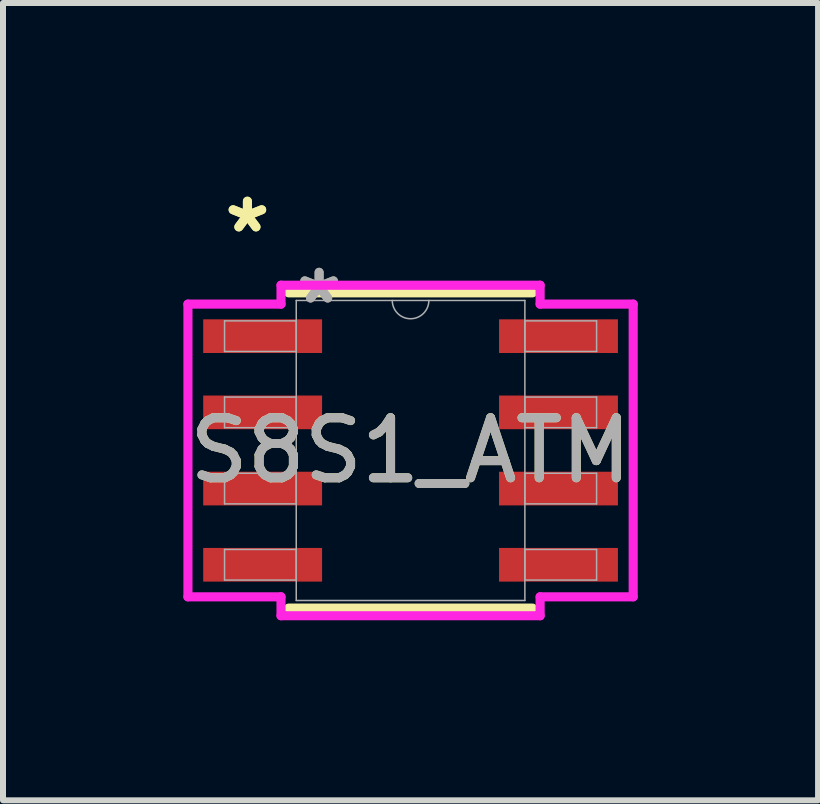
<source format=kicad_pcb>
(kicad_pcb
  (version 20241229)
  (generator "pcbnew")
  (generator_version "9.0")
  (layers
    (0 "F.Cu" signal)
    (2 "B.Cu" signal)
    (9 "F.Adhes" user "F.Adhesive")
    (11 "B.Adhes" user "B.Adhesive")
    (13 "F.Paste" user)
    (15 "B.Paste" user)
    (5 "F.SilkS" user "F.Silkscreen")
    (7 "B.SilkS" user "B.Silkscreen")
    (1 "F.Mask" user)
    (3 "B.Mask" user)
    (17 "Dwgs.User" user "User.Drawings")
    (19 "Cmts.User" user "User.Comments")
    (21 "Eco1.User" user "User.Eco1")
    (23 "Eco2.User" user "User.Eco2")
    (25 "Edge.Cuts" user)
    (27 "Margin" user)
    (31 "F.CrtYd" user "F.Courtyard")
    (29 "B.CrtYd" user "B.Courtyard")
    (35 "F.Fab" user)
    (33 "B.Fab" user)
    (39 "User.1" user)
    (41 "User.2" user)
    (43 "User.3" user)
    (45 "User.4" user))
  (footprint "S8S1_ATM"
    (layer "F.Cu")
    (at 3.792 4.457)
    (property "Reference" "S8S1_ATM" (at 0 0 0) (unlocked yes) (layer "F.SilkS") (effects (font (size 1 1) (thickness 0.15))))
    (attr smd)
    (fp_line (start -2.032 2.627) (end 2.032 2.627) (stroke (width 0.152) (type solid)) (layer "F.SilkS"))
    (fp_line (start 2.032 -2.627) (end -2.032 -2.627) (stroke (width 0.152) (type solid)) (layer "F.SilkS"))
    (fp_line (start -3.71 -2.439) (end -2.159 -2.439) (stroke (width 0.152) (type solid)) (layer "F.CrtYd"))
    (fp_line (start -3.71 2.439) (end -3.71 -2.439) (stroke (width 0.152) (type solid)) (layer "F.CrtYd"))
    (fp_line (start -3.71 2.439) (end -2.159 2.439) (stroke (width 0.152) (type solid)) (layer "F.CrtYd"))
    (fp_line (start -2.159 -2.754) (end 2.159 -2.754) (stroke (width 0.152) (type solid)) (layer "F.CrtYd"))
    (fp_line (start -2.159 -2.439) (end -2.159 -2.754) (stroke (width 0.152) (type solid)) (layer "F.CrtYd"))
    (fp_line (start -2.159 2.754) (end -2.159 2.439) (stroke (width 0.152) (type solid)) (layer "F.CrtYd"))
    (fp_line (start 2.159 -2.754) (end 2.159 -2.439) (stroke (width 0.152) (type solid)) (layer "F.CrtYd"))
    (fp_line (start 2.159 2.439) (end 2.159 2.754) (stroke (width 0.152) (type solid)) (layer "F.CrtYd"))
    (fp_line (start 2.159 2.754) (end -2.159 2.754) (stroke (width 0.152) (type solid)) (layer "F.CrtYd"))
    (fp_line (start 3.71 -2.439) (end 2.159 -2.439) (stroke (width 0.152) (type solid)) (layer "F.CrtYd"))
    (fp_line (start 3.71 -2.439) (end 3.71 2.439) (stroke (width 0.152) (type solid)) (layer "F.CrtYd"))
    (fp_line (start 3.71 2.439) (end 2.159 2.439) (stroke (width 0.152) (type solid)) (layer "F.CrtYd"))
    (fp_line (start -3.1 -2.16) (end -3.1 -1.65) (stroke (width 0.025) (type solid)) (layer "F.Fab"))
    (fp_line (start -3.1 -1.65) (end -1.905 -1.65) (stroke (width 0.025) (type solid)) (layer "F.Fab"))
    (fp_line (start -3.1 -0.89) (end -3.1 -0.38) (stroke (width 0.025) (type solid)) (layer "F.Fab"))
    (fp_line (start -3.1 -0.38) (end -1.905 -0.38) (stroke (width 0.025) (type solid)) (layer "F.Fab"))
    (fp_line (start -3.1 0.38) (end -3.1 0.89) (stroke (width 0.025) (type solid)) (layer "F.Fab"))
    (fp_line (start -3.1 0.89) (end -1.905 0.89) (stroke (width 0.025) (type solid)) (layer "F.Fab"))
    (fp_line (start -3.1 1.65) (end -3.1 2.16) (stroke (width 0.025) (type solid)) (layer "F.Fab"))
    (fp_line (start -3.1 2.16) (end -1.905 2.16) (stroke (width 0.025) (type solid)) (layer "F.Fab"))
    (fp_line (start -1.905 -2.5) (end -1.905 2.5) (stroke (width 0.025) (type solid)) (layer "F.Fab"))
    (fp_line (start -1.905 -2.16) (end -3.1 -2.16) (stroke (width 0.025) (type solid)) (layer "F.Fab"))
    (fp_line (start -1.905 -1.65) (end -1.905 -2.16) (stroke (width 0.025) (type solid)) (layer "F.Fab"))
    (fp_line (start -1.905 -0.89) (end -3.1 -0.89) (stroke (width 0.025) (type solid)) (layer "F.Fab"))
    (fp_line (start -1.905 -0.38) (end -1.905 -0.89) (stroke (width 0.025) (type solid)) (layer "F.Fab"))
    (fp_line (start -1.905 0.38) (end -3.1 0.38) (stroke (width 0.025) (type solid)) (layer "F.Fab"))
    (fp_line (start -1.905 0.89) (end -1.905 0.38) (stroke (width 0.025) (type solid)) (layer "F.Fab"))
    (fp_line (start -1.905 1.65) (end -3.1 1.65) (stroke (width 0.025) (type solid)) (layer "F.Fab"))
    (fp_line (start -1.905 2.16) (end -1.905 1.65) (stroke (width 0.025) (type solid)) (layer "F.Fab"))
    (fp_line (start -1.905 2.5) (end 1.905 2.5) (stroke (width 0.025) (type solid)) (layer "F.Fab"))
    (fp_line (start 1.905 -2.5) (end -1.905 -2.5) (stroke (width 0.025) (type solid)) (layer "F.Fab"))
    (fp_line (start 1.905 -2.16) (end 1.905 -1.65) (stroke (width 0.025) (type solid)) (layer "F.Fab"))
    (fp_line (start 1.905 -1.65) (end 3.1 -1.65) (stroke (width 0.025) (type solid)) (layer "F.Fab"))
    (fp_line (start 1.905 -0.89) (end 1.905 -0.38) (stroke (width 0.025) (type solid)) (layer "F.Fab"))
    (fp_line (start 1.905 -0.38) (end 3.1 -0.38) (stroke (width 0.025) (type solid)) (layer "F.Fab"))
    (fp_line (start 1.905 0.38) (end 1.905 0.89) (stroke (width 0.025) (type solid)) (layer "F.Fab"))
    (fp_line (start 1.905 0.89) (end 3.1 0.89) (stroke (width 0.025) (type solid)) (layer "F.Fab"))
    (fp_line (start 1.905 1.65) (end 1.905 2.16) (stroke (width 0.025) (type solid)) (layer "F.Fab"))
    (fp_line (start 1.905 2.16) (end 3.1 2.16) (stroke (width 0.025) (type solid)) (layer "F.Fab"))
    (fp_line (start 1.905 2.5) (end 1.905 -2.5) (stroke (width 0.025) (type solid)) (layer "F.Fab"))
    (fp_line (start 3.1 -2.16) (end 1.905 -2.16) (stroke (width 0.025) (type solid)) (layer "F.Fab"))
    (fp_line (start 3.1 -1.65) (end 3.1 -2.16) (stroke (width 0.025) (type solid)) (layer "F.Fab"))
    (fp_line (start 3.1 -0.89) (end 1.905 -0.89) (stroke (width 0.025) (type solid)) (layer "F.Fab"))
    (fp_line (start 3.1 -0.38) (end 3.1 -0.89) (stroke (width 0.025) (type solid)) (layer "F.Fab"))
    (fp_line (start 3.1 0.38) (end 1.905 0.38) (stroke (width 0.025) (type solid)) (layer "F.Fab"))
    (fp_line (start 3.1 0.89) (end 3.1 0.38) (stroke (width 0.025) (type solid)) (layer "F.Fab"))
    (fp_line (start 3.1 1.65) (end 1.905 1.65) (stroke (width 0.025) (type solid)) (layer "F.Fab"))
    (fp_line (start 3.1 2.16) (end 3.1 1.65) (stroke (width 0.025) (type solid)) (layer "F.Fab"))
    (fp_arc (start 0.3048 -2.5) (mid 0 -2.1952) (end -0.3048 -2.5) (stroke (width 0.0254) (type solid)) (layer "F.Fab"))
    (fp_text user "*" (at -2.719 -3.609 0) (unlocked yes) (layer "F.SilkS") (effects (font (size 1 1) (thickness 0.15))))
    (fp_text user "*" (at -2.719 -3.609 0) (layer "F.SilkS") (effects (font (size 1 1) (thickness 0.15))))
    (fp_text user "*" (at -1.524 -2.424 0) (unlocked yes) (layer "F.Fab") (effects (font (size 1 1) (thickness 0.15))))
    (fp_text user "*" (at -1.524 -2.424 0) (layer "F.Fab") (effects (font (size 1 1) (thickness 0.15))))
    (fp_text user "${REFERENCE}" (at 0 0 0) (unlocked yes) (layer "F.Fab") (effects (font (size 1 1) (thickness 0.15))))
    (pad "1" smd rect (at -2.465 -1.905) (size 1.981 0.561) (layers "F.Cu" "F.Mask" "F.Paste"))
    (pad "2" smd rect (at -2.465 -0.635) (size 1.981 0.561) (layers "F.Cu" "F.Mask" "F.Paste"))
    (pad "3" smd rect (at -2.465 0.635) (size 1.981 0.561) (layers "F.Cu" "F.Mask" "F.Paste"))
    (pad "4" smd rect (at -2.465 1.905) (size 1.981 0.561) (layers "F.Cu" "F.Mask" "F.Paste"))
    (pad "5" smd rect (at 2.465 1.905) (size 1.981 0.561) (layers "F.Cu" "F.Mask" "F.Paste"))
    (pad "6" smd rect (at 2.465 0.635) (size 1.981 0.561) (layers "F.Cu" "F.Mask" "F.Paste"))
    (pad "7" smd rect (at 2.465 -0.635) (size 1.981 0.561) (layers "F.Cu" "F.Mask" "F.Paste"))
    (pad "8" smd rect (at 2.465 -1.905) (size 1.981 0.561) (layers "F.Cu" "F.Mask" "F.Paste")))
  (gr_rect
    (start -3 -3)
    (end 10.583 10.287)
    (stroke (width 0.1) (type default))
    (fill no)
    (layer "Edge.Cuts")))
</source>
